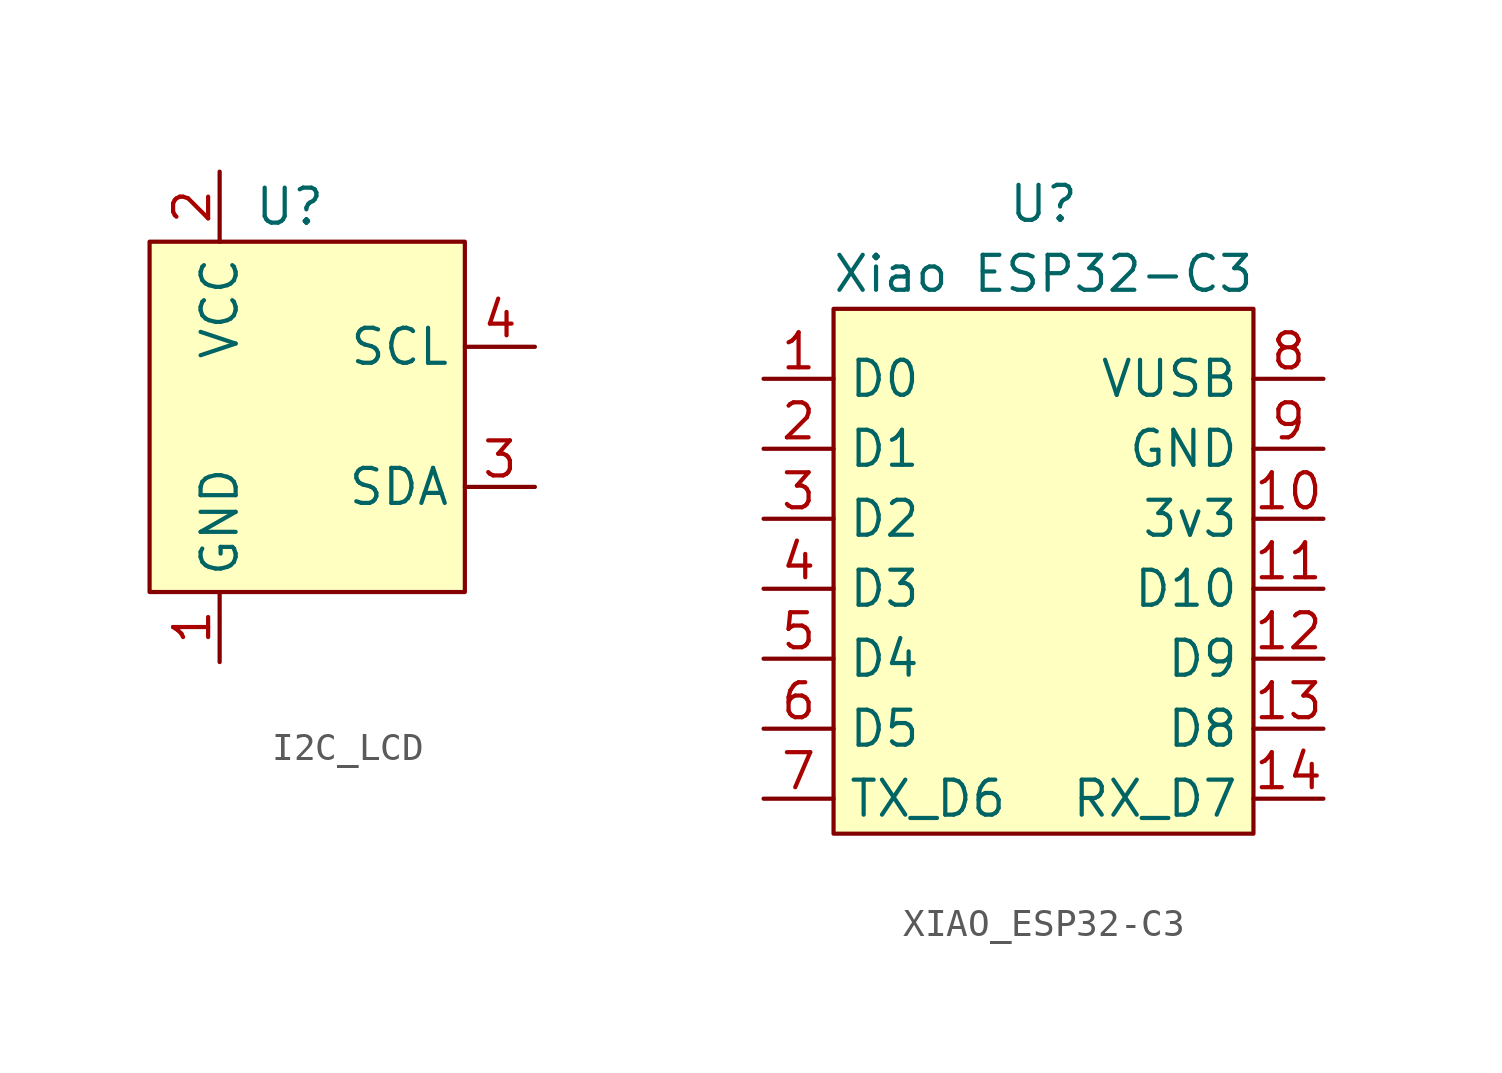
<source format=kicad_sym>
(kicad_symbol_lib
  (version 20220914)
  (generator kicad_symbol_editor)
  (symbol "I2C_LCD"
    (property "Reference" "U"
      (at 0 7.62 0)
      (effects (font (size 1.27 1.27))))
    (property "Value" ""
      (at -3.81 -3.81 0)
      (effects (font (size 1.27 1.27))))
    (symbol "I2C_LCD_1_1"
      (rectangle (start -5.08 6.35) (end 6.35 -6.35) (stroke (width 0) (type default)) (fill (type background)))
      (pin power_in line (at -2.54 -8.89 90) (length 2.54) (name "GND" (effects (font (size 1.27 1.27)))) (number "1" (effects (font (size 1.27 1.27)))))
      (pin power_in line (at -2.54 8.89 270) (length 2.54) (name "VCC" (effects (font (size 1.27 1.27)))) (number "2" (effects (font (size 1.27 1.27)))))
      (pin bidirectional line (at 8.89 -2.54 180) (length 2.54) (name "SDA" (effects (font (size 1.27 1.27)))) (number "3" (effects (font (size 1.27 1.27)))))
      (pin bidirectional line (at 8.89 2.54 180) (length 2.54) (name "SCL" (effects (font (size 1.27 1.27)))) (number "4" (effects (font (size 1.27 1.27)))))))
  (symbol "XIAO_ESP32-C3"
    (property "Reference" "U"
      (at 0 2.54 0)
      (effects (font (size 1.27 1.27))))
    (property "Value" "Xiao ESP32-C3"
      (at 0 0 0)
      (effects (font (size 1.27 1.27))))
    (symbol "XIAO_ESP32-C3_1_1"
      (rectangle (start -7.62 -1.27) (end 7.62 -20.32) (stroke (width 0) (type default)) (fill (type background)))
      (pin bidirectional line (at -10.16 -3.81 0) (length 2.54) (name "D0" (effects (font (size 1.27 1.27)))) (number "1" (effects (font (size 1.27 1.27)))))
      (pin bidirectional line (at 10.16 -8.89 180) (length 2.54) (name "3v3" (effects (font (size 1.27 1.27)))) (number "10" (effects (font (size 1.27 1.27)))))
      (pin bidirectional line (at 10.16 -11.43 180) (length 2.54) (name "D10" (effects (font (size 1.27 1.27)))) (number "11" (effects (font (size 1.27 1.27)))))
      (pin bidirectional line (at 10.16 -13.97 180) (length 2.54) (name "D9" (effects (font (size 1.27 1.27)))) (number "12" (effects (font (size 1.27 1.27)))))
      (pin bidirectional line (at 10.16 -16.51 180) (length 2.54) (name "D8" (effects (font (size 1.27 1.27)))) (number "13" (effects (font (size 1.27 1.27)))))
      (pin bidirectional line (at 10.16 -19.05 180) (length 2.54) (name "RX_D7" (effects (font (size 1.27 1.27)))) (number "14" (effects (font (size 1.27 1.27)))))
      (pin bidirectional line (at -10.16 -6.35 0) (length 2.54) (name "D1" (effects (font (size 1.27 1.27)))) (number "2" (effects (font (size 1.27 1.27)))))
      (pin bidirectional line (at -10.16 -8.89 0) (length 2.54) (name "D2" (effects (font (size 1.27 1.27)))) (number "3" (effects (font (size 1.27 1.27)))))
      (pin bidirectional line (at -10.16 -11.43 0) (length 2.54) (name "D3" (effects (font (size 1.27 1.27)))) (number "4" (effects (font (size 1.27 1.27)))))
      (pin bidirectional line (at -10.16 -13.97 0) (length 2.54) (name "D4" (effects (font (size 1.27 1.27)))) (number "5" (effects (font (size 1.27 1.27)))))
      (pin bidirectional line (at -10.16 -16.51 0) (length 2.54) (name "D5" (effects (font (size 1.27 1.27)))) (number "6" (effects (font (size 1.27 1.27)))))
      (pin bidirectional line (at -10.16 -19.05 0) (length 2.54) (name "TX_D6" (effects (font (size 1.27 1.27)))) (number "7" (effects (font (size 1.27 1.27)))))
      (pin bidirectional line (at 10.16 -3.81 180) (length 2.54) (name "VUSB" (effects (font (size 1.27 1.27)))) (number "8" (effects (font (size 1.27 1.27)))))
      (pin bidirectional line (at 10.16 -6.35 180) (length 2.54) (name "GND" (effects (font (size 1.27 1.27)))) (number "9" (effects (font (size 1.27 1.27))))))))
</source>
